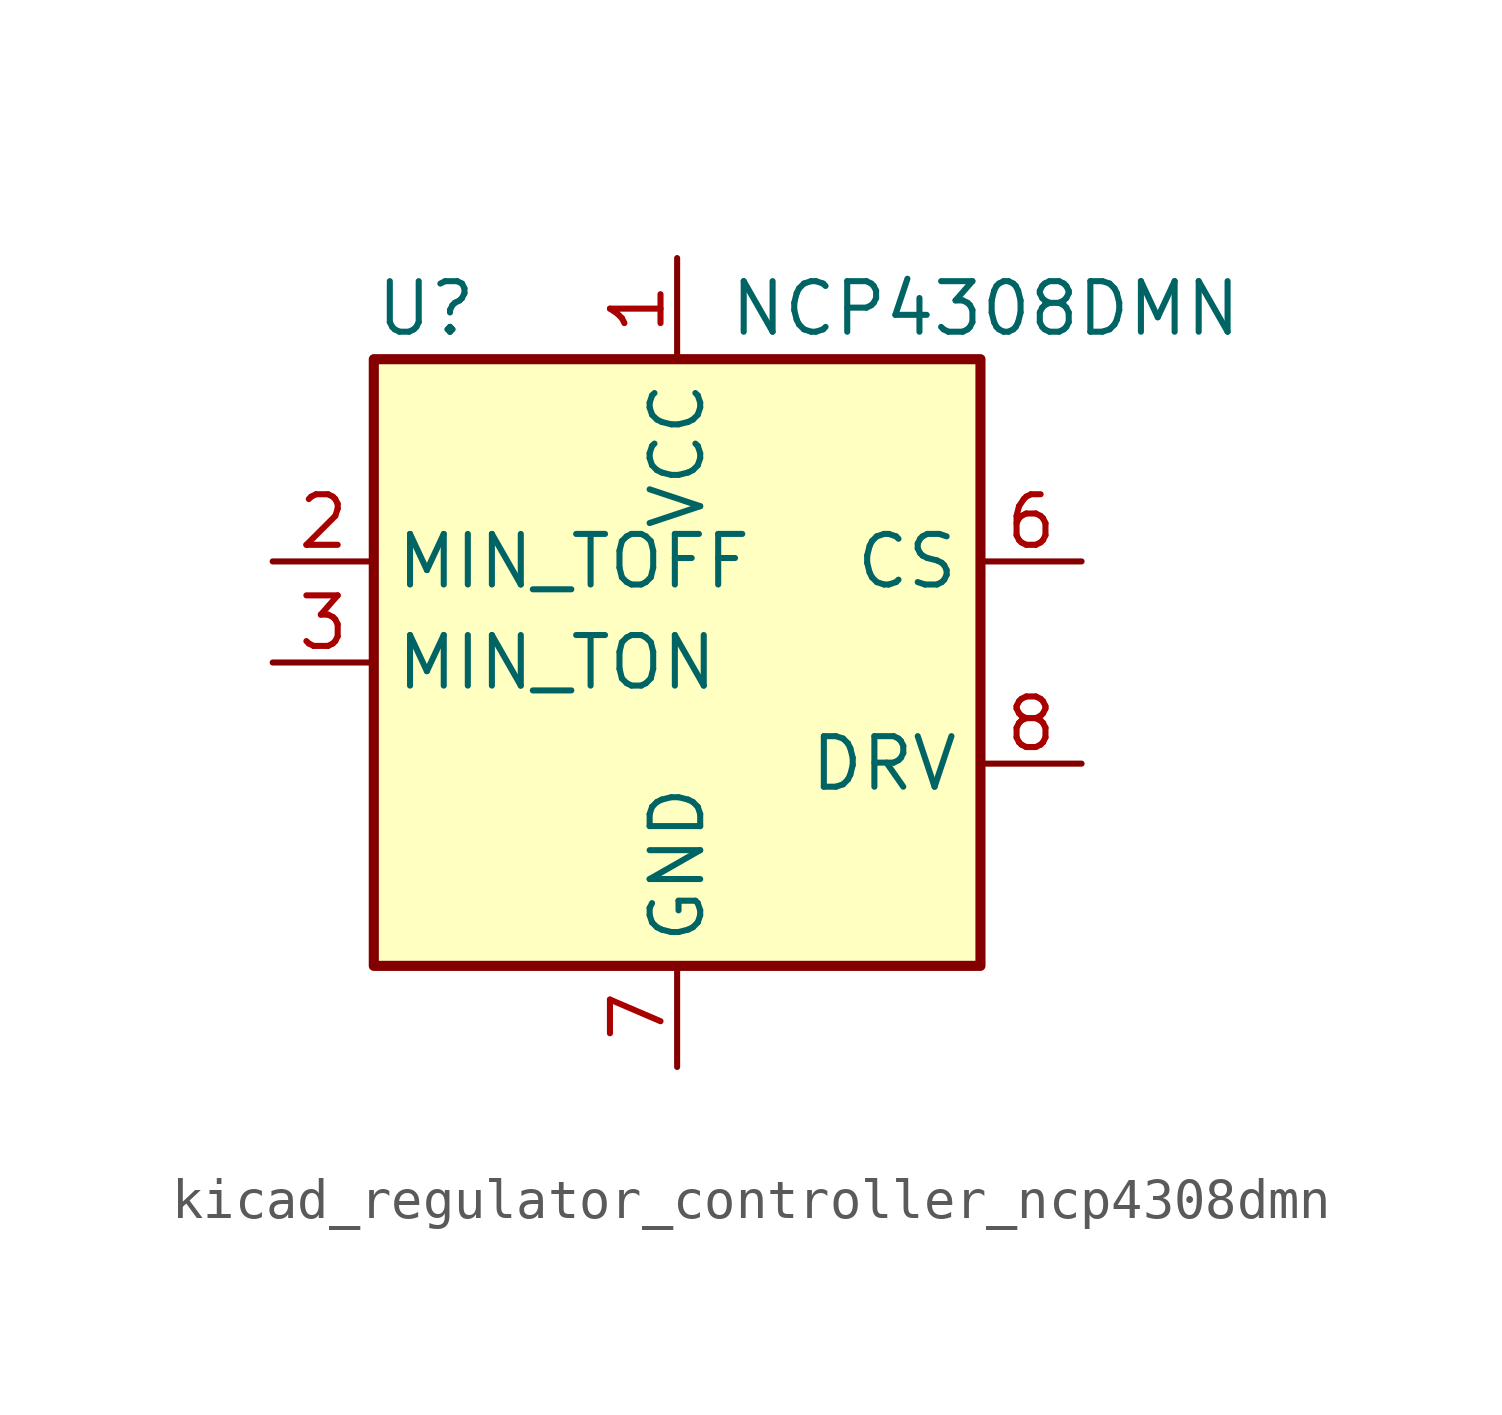
<source format=kicad_sym>
(kicad_symbol_lib
  (version 20220914)
  (generator kicad_symbol_editor)
  (symbol "kicad_regulator_controller_ncp4308dmn"
    (property "Reference" "U"
      (at -7.62 8.89 0)
      (effects (font (size 1.27 1.27)) (justify left)))
    (property "Value" "NCP4308DMN"
      (at 1.27 8.89 0)
      (effects (font (size 1.27 1.27)) (justify left)))
    (symbol "kicad_regulator_controller_ncp4308dmn_0_1"
      (rectangle (start -7.62 7.62) (end 7.62 -7.62) (stroke (width 0.254) (type default)) (fill (type background))))
    (symbol "kicad_regulator_controller_ncp4308dmn_1_1"
      (pin power_in line (at 0 10.16 270) (length 2.54) (name "VCC" (effects (font (size 1.27 1.27)))) (number "1" (effects (font (size 1.27 1.27)))))
      (pin passive line (at -10.16 2.54 0) (length 2.54) (name "MIN_TOFF" (effects (font (size 1.27 1.27)))) (number "2" (effects (font (size 1.27 1.27)))))
      (pin passive line (at -10.16 0 0) (length 2.54) (name "MIN_TON" (effects (font (size 1.27 1.27)))) (number "3" (effects (font (size 1.27 1.27)))))
      (pin no_connect line (at 7.62 -5.08 180) (length 2.54) hide (name "NC" (effects (font (size 1.27 1.27)))) (number "4" (effects (font (size 1.27 1.27)))))
      (pin no_connect line (at 7.62 -7.62 180) (length 2.54) hide (name "NC" (effects (font (size 1.27 1.27)))) (number "5" (effects (font (size 1.27 1.27)))))
      (pin input line (at 10.16 2.54 180) (length 2.54) (name "CS" (effects (font (size 1.27 1.27)))) (number "6" (effects (font (size 1.27 1.27)))))
      (pin power_in line (at 0 -10.16 90) (length 2.54) (name "GND" (effects (font (size 1.27 1.27)))) (number "7" (effects (font (size 1.27 1.27)))))
      (pin output line (at 10.16 -2.54 180) (length 2.54) (name "DRV" (effects (font (size 1.27 1.27)))) (number "8" (effects (font (size 1.27 1.27))))))))
</source>
